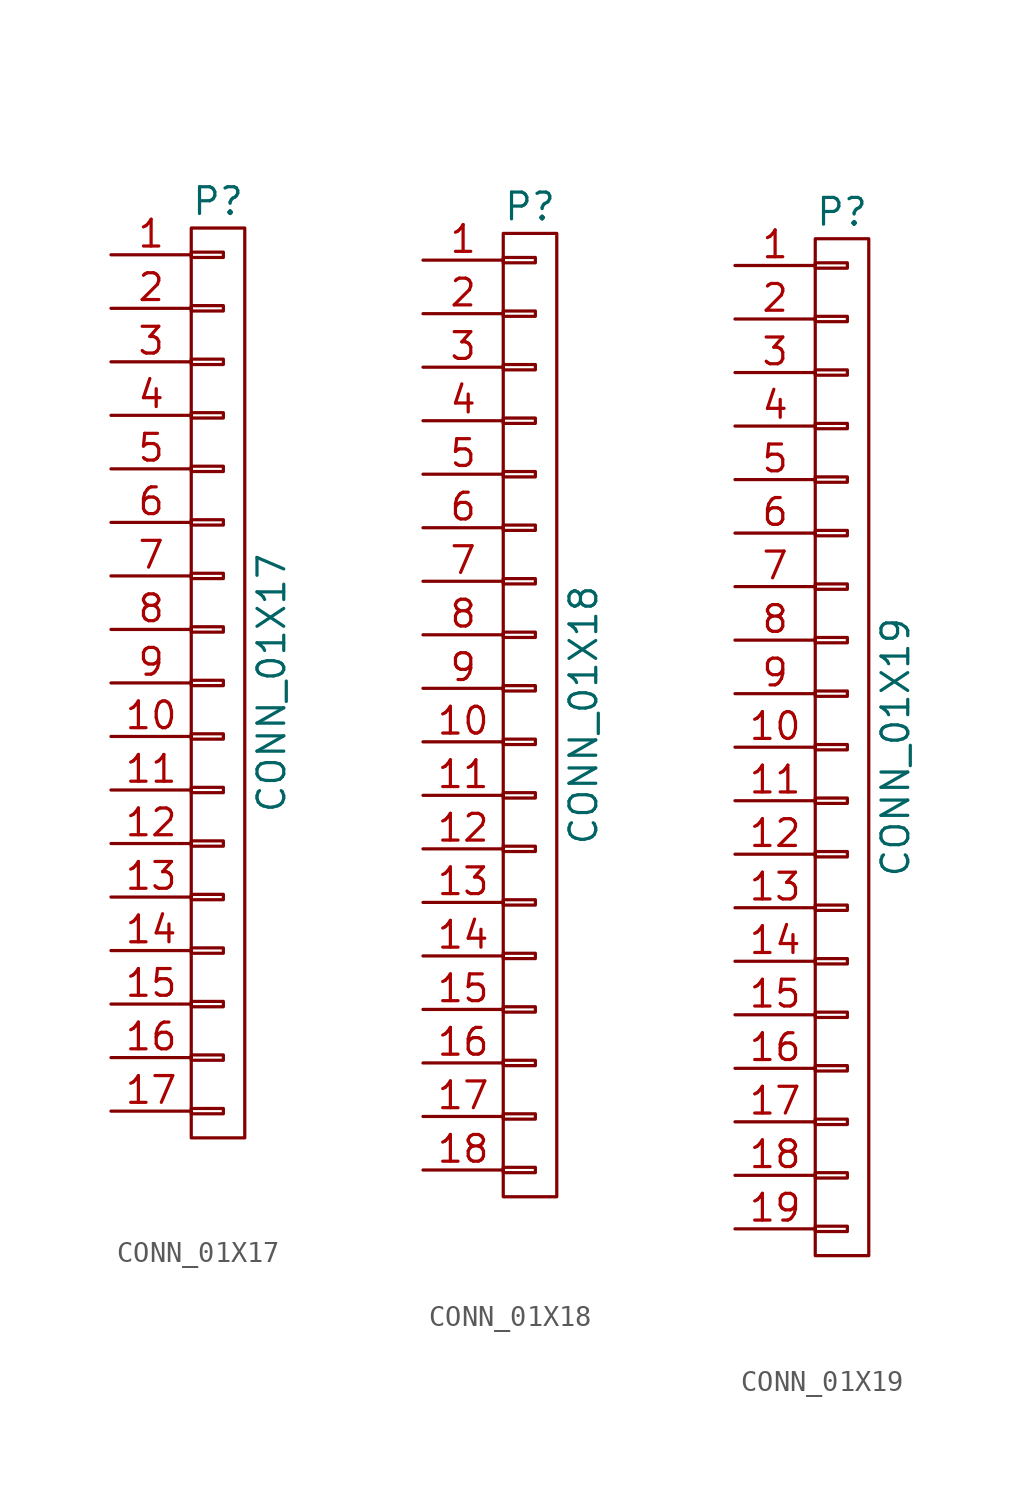
<source format=kicad_sym>
(kicad_symbol_lib
  (version 20231120)
  (generator "kicad_symbol_editor")
  (generator_version "8.0")
  (symbol "CONN_01X17"
    (pin_names
      (offset 1.016) hide)
    (property "Reference" "P"
      (at 0 22.86 0)
      (effects (font (size 1.27 1.27))))
    (property "Value" "CONN_01X17"
      (at 2.54 0 90)
      (effects (font (size 1.27 1.27))))
    (property "Footprint" ""
      (at 0 0 0)
      (effects (font (size 1.27 1.27))))
    (property "Datasheet" ""
      (at 0 0 0)
      (effects (font (size 1.27 1.27))))
    (symbol "CONN_01X17_0_1"
      (rectangle (start -1.27 -20.193) (end 0.254 -20.447) (stroke (width 0) (type solid)) (fill (type none)))
      (rectangle (start -1.27 -17.653) (end 0.254 -17.907) (stroke (width 0) (type solid)) (fill (type none)))
      (rectangle (start -1.27 -15.113) (end 0.254 -15.367) (stroke (width 0) (type solid)) (fill (type none)))
      (rectangle (start -1.27 -12.573) (end 0.254 -12.827) (stroke (width 0) (type solid)) (fill (type none)))
      (rectangle (start -1.27 -10.033) (end 0.254 -10.287) (stroke (width 0) (type solid)) (fill (type none)))
      (rectangle (start -1.27 -7.493) (end 0.254 -7.747) (stroke (width 0) (type solid)) (fill (type none)))
      (rectangle (start -1.27 -4.953) (end 0.254 -5.207) (stroke (width 0) (type solid)) (fill (type none)))
      (rectangle (start -1.27 -2.413) (end 0.254 -2.667) (stroke (width 0) (type solid)) (fill (type none)))
      (rectangle (start -1.27 0.127) (end 0.254 -0.127) (stroke (width 0) (type solid)) (fill (type none)))
      (rectangle (start -1.27 2.667) (end 0.254 2.413) (stroke (width 0) (type solid)) (fill (type none)))
      (rectangle (start -1.27 5.207) (end 0.254 4.953) (stroke (width 0) (type solid)) (fill (type none)))
      (rectangle (start -1.27 7.747) (end 0.254 7.493) (stroke (width 0) (type solid)) (fill (type none)))
      (rectangle (start -1.27 10.287) (end 0.254 10.033) (stroke (width 0) (type solid)) (fill (type none)))
      (rectangle (start -1.27 12.827) (end 0.254 12.573) (stroke (width 0) (type solid)) (fill (type none)))
      (rectangle (start -1.27 15.367) (end 0.254 15.113) (stroke (width 0) (type solid)) (fill (type none)))
      (rectangle (start -1.27 17.907) (end 0.254 17.653) (stroke (width 0) (type solid)) (fill (type none)))
      (rectangle (start -1.27 20.447) (end 0.254 20.193) (stroke (width 0) (type solid)) (fill (type none)))
      (rectangle (start -1.27 21.59) (end 1.27 -21.59) (stroke (width 0) (type solid)) (fill (type none))))
    (symbol "CONN_01X17_1_1"
      (pin passive line (at -5.08 20.32 0) (length 3.81) (name "P1" (effects (font (size 1.27 1.27)))) (number "1" (effects (font (size 1.27 1.27)))))
      (pin passive line (at -5.08 -2.54 0) (length 3.81) (name "P10" (effects (font (size 1.27 1.27)))) (number "10" (effects (font (size 1.27 1.27)))))
      (pin passive line (at -5.08 -5.08 0) (length 3.81) (name "P11" (effects (font (size 1.27 1.27)))) (number "11" (effects (font (size 1.27 1.27)))))
      (pin passive line (at -5.08 -7.62 0) (length 3.81) (name "P12" (effects (font (size 1.27 1.27)))) (number "12" (effects (font (size 1.27 1.27)))))
      (pin passive line (at -5.08 -10.16 0) (length 3.81) (name "P13" (effects (font (size 1.27 1.27)))) (number "13" (effects (font (size 1.27 1.27)))))
      (pin passive line (at -5.08 -12.7 0) (length 3.81) (name "P14" (effects (font (size 1.27 1.27)))) (number "14" (effects (font (size 1.27 1.27)))))
      (pin passive line (at -5.08 -15.24 0) (length 3.81) (name "P15" (effects (font (size 1.27 1.27)))) (number "15" (effects (font (size 1.27 1.27)))))
      (pin passive line (at -5.08 -17.78 0) (length 3.81) (name "P16" (effects (font (size 1.27 1.27)))) (number "16" (effects (font (size 1.27 1.27)))))
      (pin passive line (at -5.08 -20.32 0) (length 3.81) (name "P17" (effects (font (size 1.27 1.27)))) (number "17" (effects (font (size 1.27 1.27)))))
      (pin passive line (at -5.08 17.78 0) (length 3.81) (name "P2" (effects (font (size 1.27 1.27)))) (number "2" (effects (font (size 1.27 1.27)))))
      (pin passive line (at -5.08 15.24 0) (length 3.81) (name "P3" (effects (font (size 1.27 1.27)))) (number "3" (effects (font (size 1.27 1.27)))))
      (pin passive line (at -5.08 12.7 0) (length 3.81) (name "P4" (effects (font (size 1.27 1.27)))) (number "4" (effects (font (size 1.27 1.27)))))
      (pin passive line (at -5.08 10.16 0) (length 3.81) (name "P5" (effects (font (size 1.27 1.27)))) (number "5" (effects (font (size 1.27 1.27)))))
      (pin passive line (at -5.08 7.62 0) (length 3.81) (name "P6" (effects (font (size 1.27 1.27)))) (number "6" (effects (font (size 1.27 1.27)))))
      (pin passive line (at -5.08 5.08 0) (length 3.81) (name "P7" (effects (font (size 1.27 1.27)))) (number "7" (effects (font (size 1.27 1.27)))))
      (pin passive line (at -5.08 2.54 0) (length 3.81) (name "P8" (effects (font (size 1.27 1.27)))) (number "8" (effects (font (size 1.27 1.27)))))
      (pin passive line (at -5.08 0 0) (length 3.81) (name "P9" (effects (font (size 1.27 1.27)))) (number "9" (effects (font (size 1.27 1.27)))))))
  (symbol "CONN_01X18"
    (pin_names
      (offset 1.016) hide)
    (property "Reference" "P"
      (at 0 24.13 0)
      (effects (font (size 1.27 1.27))))
    (property "Value" "CONN_01X18"
      (at 2.54 0 90)
      (effects (font (size 1.27 1.27))))
    (property "Footprint" ""
      (at 0 0 0)
      (effects (font (size 1.27 1.27))))
    (property "Datasheet" ""
      (at 0 0 0)
      (effects (font (size 1.27 1.27))))
    (symbol "CONN_01X18_0_1"
      (rectangle (start -1.27 -21.463) (end 0.254 -21.717) (stroke (width 0) (type solid)) (fill (type none)))
      (rectangle (start -1.27 -18.923) (end 0.254 -19.177) (stroke (width 0) (type solid)) (fill (type none)))
      (rectangle (start -1.27 -16.383) (end 0.254 -16.637) (stroke (width 0) (type solid)) (fill (type none)))
      (rectangle (start -1.27 -13.843) (end 0.254 -14.097) (stroke (width 0) (type solid)) (fill (type none)))
      (rectangle (start -1.27 -11.303) (end 0.254 -11.557) (stroke (width 0) (type solid)) (fill (type none)))
      (rectangle (start -1.27 -8.763) (end 0.254 -9.017) (stroke (width 0) (type solid)) (fill (type none)))
      (rectangle (start -1.27 -6.223) (end 0.254 -6.477) (stroke (width 0) (type solid)) (fill (type none)))
      (rectangle (start -1.27 -3.683) (end 0.254 -3.937) (stroke (width 0) (type solid)) (fill (type none)))
      (rectangle (start -1.27 -1.143) (end 0.254 -1.397) (stroke (width 0) (type solid)) (fill (type none)))
      (rectangle (start -1.27 1.397) (end 0.254 1.143) (stroke (width 0) (type solid)) (fill (type none)))
      (rectangle (start -1.27 3.937) (end 0.254 3.683) (stroke (width 0) (type solid)) (fill (type none)))
      (rectangle (start -1.27 6.477) (end 0.254 6.223) (stroke (width 0) (type solid)) (fill (type none)))
      (rectangle (start -1.27 9.017) (end 0.254 8.763) (stroke (width 0) (type solid)) (fill (type none)))
      (rectangle (start -1.27 11.557) (end 0.254 11.303) (stroke (width 0) (type solid)) (fill (type none)))
      (rectangle (start -1.27 14.097) (end 0.254 13.843) (stroke (width 0) (type solid)) (fill (type none)))
      (rectangle (start -1.27 16.637) (end 0.254 16.383) (stroke (width 0) (type solid)) (fill (type none)))
      (rectangle (start -1.27 19.177) (end 0.254 18.923) (stroke (width 0) (type solid)) (fill (type none)))
      (rectangle (start -1.27 21.717) (end 0.254 21.463) (stroke (width 0) (type solid)) (fill (type none)))
      (rectangle (start -1.27 22.86) (end 1.27 -22.86) (stroke (width 0) (type solid)) (fill (type none))))
    (symbol "CONN_01X18_1_1"
      (pin passive line (at -5.08 21.59 0) (length 3.81) (name "P1" (effects (font (size 1.27 1.27)))) (number "1" (effects (font (size 1.27 1.27)))))
      (pin passive line (at -5.08 -1.27 0) (length 3.81) (name "P10" (effects (font (size 1.27 1.27)))) (number "10" (effects (font (size 1.27 1.27)))))
      (pin passive line (at -5.08 -3.81 0) (length 3.81) (name "P11" (effects (font (size 1.27 1.27)))) (number "11" (effects (font (size 1.27 1.27)))))
      (pin passive line (at -5.08 -6.35 0) (length 3.81) (name "P12" (effects (font (size 1.27 1.27)))) (number "12" (effects (font (size 1.27 1.27)))))
      (pin passive line (at -5.08 -8.89 0) (length 3.81) (name "P13" (effects (font (size 1.27 1.27)))) (number "13" (effects (font (size 1.27 1.27)))))
      (pin passive line (at -5.08 -11.43 0) (length 3.81) (name "P14" (effects (font (size 1.27 1.27)))) (number "14" (effects (font (size 1.27 1.27)))))
      (pin passive line (at -5.08 -13.97 0) (length 3.81) (name "P15" (effects (font (size 1.27 1.27)))) (number "15" (effects (font (size 1.27 1.27)))))
      (pin passive line (at -5.08 -16.51 0) (length 3.81) (name "P16" (effects (font (size 1.27 1.27)))) (number "16" (effects (font (size 1.27 1.27)))))
      (pin passive line (at -5.08 -19.05 0) (length 3.81) (name "P17" (effects (font (size 1.27 1.27)))) (number "17" (effects (font (size 1.27 1.27)))))
      (pin passive line (at -5.08 -21.59 0) (length 3.81) (name "P18" (effects (font (size 1.27 1.27)))) (number "18" (effects (font (size 1.27 1.27)))))
      (pin passive line (at -5.08 19.05 0) (length 3.81) (name "P2" (effects (font (size 1.27 1.27)))) (number "2" (effects (font (size 1.27 1.27)))))
      (pin passive line (at -5.08 16.51 0) (length 3.81) (name "P3" (effects (font (size 1.27 1.27)))) (number "3" (effects (font (size 1.27 1.27)))))
      (pin passive line (at -5.08 13.97 0) (length 3.81) (name "P4" (effects (font (size 1.27 1.27)))) (number "4" (effects (font (size 1.27 1.27)))))
      (pin passive line (at -5.08 11.43 0) (length 3.81) (name "P5" (effects (font (size 1.27 1.27)))) (number "5" (effects (font (size 1.27 1.27)))))
      (pin passive line (at -5.08 8.89 0) (length 3.81) (name "P6" (effects (font (size 1.27 1.27)))) (number "6" (effects (font (size 1.27 1.27)))))
      (pin passive line (at -5.08 6.35 0) (length 3.81) (name "P7" (effects (font (size 1.27 1.27)))) (number "7" (effects (font (size 1.27 1.27)))))
      (pin passive line (at -5.08 3.81 0) (length 3.81) (name "P8" (effects (font (size 1.27 1.27)))) (number "8" (effects (font (size 1.27 1.27)))))
      (pin passive line (at -5.08 1.27 0) (length 3.81) (name "P9" (effects (font (size 1.27 1.27)))) (number "9" (effects (font (size 1.27 1.27)))))))
  (symbol "CONN_01X19"
    (pin_names
      (offset 1.016) hide)
    (property "Reference" "P"
      (at 0 25.4 0)
      (effects (font (size 1.27 1.27))))
    (property "Value" "CONN_01X19"
      (at 2.54 0 90)
      (effects (font (size 1.27 1.27))))
    (property "Footprint" ""
      (at 0 0 0)
      (effects (font (size 1.27 1.27))))
    (property "Datasheet" ""
      (at 0 0 0)
      (effects (font (size 1.27 1.27))))
    (symbol "CONN_01X19_0_1"
      (rectangle (start -1.27 -22.733) (end 0.254 -22.987) (stroke (width 0) (type solid)) (fill (type none)))
      (rectangle (start -1.27 -20.193) (end 0.254 -20.447) (stroke (width 0) (type solid)) (fill (type none)))
      (rectangle (start -1.27 -17.653) (end 0.254 -17.907) (stroke (width 0) (type solid)) (fill (type none)))
      (rectangle (start -1.27 -15.113) (end 0.254 -15.367) (stroke (width 0) (type solid)) (fill (type none)))
      (rectangle (start -1.27 -12.573) (end 0.254 -12.827) (stroke (width 0) (type solid)) (fill (type none)))
      (rectangle (start -1.27 -10.033) (end 0.254 -10.287) (stroke (width 0) (type solid)) (fill (type none)))
      (rectangle (start -1.27 -7.493) (end 0.254 -7.747) (stroke (width 0) (type solid)) (fill (type none)))
      (rectangle (start -1.27 -4.953) (end 0.254 -5.207) (stroke (width 0) (type solid)) (fill (type none)))
      (rectangle (start -1.27 -2.413) (end 0.254 -2.667) (stroke (width 0) (type solid)) (fill (type none)))
      (rectangle (start -1.27 0.127) (end 0.254 -0.127) (stroke (width 0) (type solid)) (fill (type none)))
      (rectangle (start -1.27 2.667) (end 0.254 2.413) (stroke (width 0) (type solid)) (fill (type none)))
      (rectangle (start -1.27 5.207) (end 0.254 4.953) (stroke (width 0) (type solid)) (fill (type none)))
      (rectangle (start -1.27 7.747) (end 0.254 7.493) (stroke (width 0) (type solid)) (fill (type none)))
      (rectangle (start -1.27 10.287) (end 0.254 10.033) (stroke (width 0) (type solid)) (fill (type none)))
      (rectangle (start -1.27 12.827) (end 0.254 12.573) (stroke (width 0) (type solid)) (fill (type none)))
      (rectangle (start -1.27 15.367) (end 0.254 15.113) (stroke (width 0) (type solid)) (fill (type none)))
      (rectangle (start -1.27 17.907) (end 0.254 17.653) (stroke (width 0) (type solid)) (fill (type none)))
      (rectangle (start -1.27 20.447) (end 0.254 20.193) (stroke (width 0) (type solid)) (fill (type none)))
      (rectangle (start -1.27 22.987) (end 0.254 22.733) (stroke (width 0) (type solid)) (fill (type none)))
      (rectangle (start -1.27 24.13) (end 1.27 -24.13) (stroke (width 0) (type solid)) (fill (type none))))
    (symbol "CONN_01X19_1_1"
      (pin passive line (at -5.08 22.86 0) (length 3.81) (name "P1" (effects (font (size 1.27 1.27)))) (number "1" (effects (font (size 1.27 1.27)))))
      (pin passive line (at -5.08 0 0) (length 3.81) (name "P10" (effects (font (size 1.27 1.27)))) (number "10" (effects (font (size 1.27 1.27)))))
      (pin passive line (at -5.08 -2.54 0) (length 3.81) (name "P11" (effects (font (size 1.27 1.27)))) (number "11" (effects (font (size 1.27 1.27)))))
      (pin passive line (at -5.08 -5.08 0) (length 3.81) (name "P12" (effects (font (size 1.27 1.27)))) (number "12" (effects (font (size 1.27 1.27)))))
      (pin passive line (at -5.08 -7.62 0) (length 3.81) (name "P13" (effects (font (size 1.27 1.27)))) (number "13" (effects (font (size 1.27 1.27)))))
      (pin passive line (at -5.08 -10.16 0) (length 3.81) (name "P14" (effects (font (size 1.27 1.27)))) (number "14" (effects (font (size 1.27 1.27)))))
      (pin passive line (at -5.08 -12.7 0) (length 3.81) (name "P15" (effects (font (size 1.27 1.27)))) (number "15" (effects (font (size 1.27 1.27)))))
      (pin passive line (at -5.08 -15.24 0) (length 3.81) (name "P16" (effects (font (size 1.27 1.27)))) (number "16" (effects (font (size 1.27 1.27)))))
      (pin passive line (at -5.08 -17.78 0) (length 3.81) (name "P17" (effects (font (size 1.27 1.27)))) (number "17" (effects (font (size 1.27 1.27)))))
      (pin passive line (at -5.08 -20.32 0) (length 3.81) (name "P18" (effects (font (size 1.27 1.27)))) (number "18" (effects (font (size 1.27 1.27)))))
      (pin passive line (at -5.08 -22.86 0) (length 3.81) (name "P19" (effects (font (size 1.27 1.27)))) (number "19" (effects (font (size 1.27 1.27)))))
      (pin passive line (at -5.08 20.32 0) (length 3.81) (name "P2" (effects (font (size 1.27 1.27)))) (number "2" (effects (font (size 1.27 1.27)))))
      (pin passive line (at -5.08 17.78 0) (length 3.81) (name "P3" (effects (font (size 1.27 1.27)))) (number "3" (effects (font (size 1.27 1.27)))))
      (pin passive line (at -5.08 15.24 0) (length 3.81) (name "P4" (effects (font (size 1.27 1.27)))) (number "4" (effects (font (size 1.27 1.27)))))
      (pin passive line (at -5.08 12.7 0) (length 3.81) (name "P5" (effects (font (size 1.27 1.27)))) (number "5" (effects (font (size 1.27 1.27)))))
      (pin passive line (at -5.08 10.16 0) (length 3.81) (name "P6" (effects (font (size 1.27 1.27)))) (number "6" (effects (font (size 1.27 1.27)))))
      (pin passive line (at -5.08 7.62 0) (length 3.81) (name "P7" (effects (font (size 1.27 1.27)))) (number "7" (effects (font (size 1.27 1.27)))))
      (pin passive line (at -5.08 5.08 0) (length 3.81) (name "P8" (effects (font (size 1.27 1.27)))) (number "8" (effects (font (size 1.27 1.27)))))
      (pin passive line (at -5.08 2.54 0) (length 3.81) (name "P9" (effects (font (size 1.27 1.27)))) (number "9" (effects (font (size 1.27 1.27))))))))
</source>
